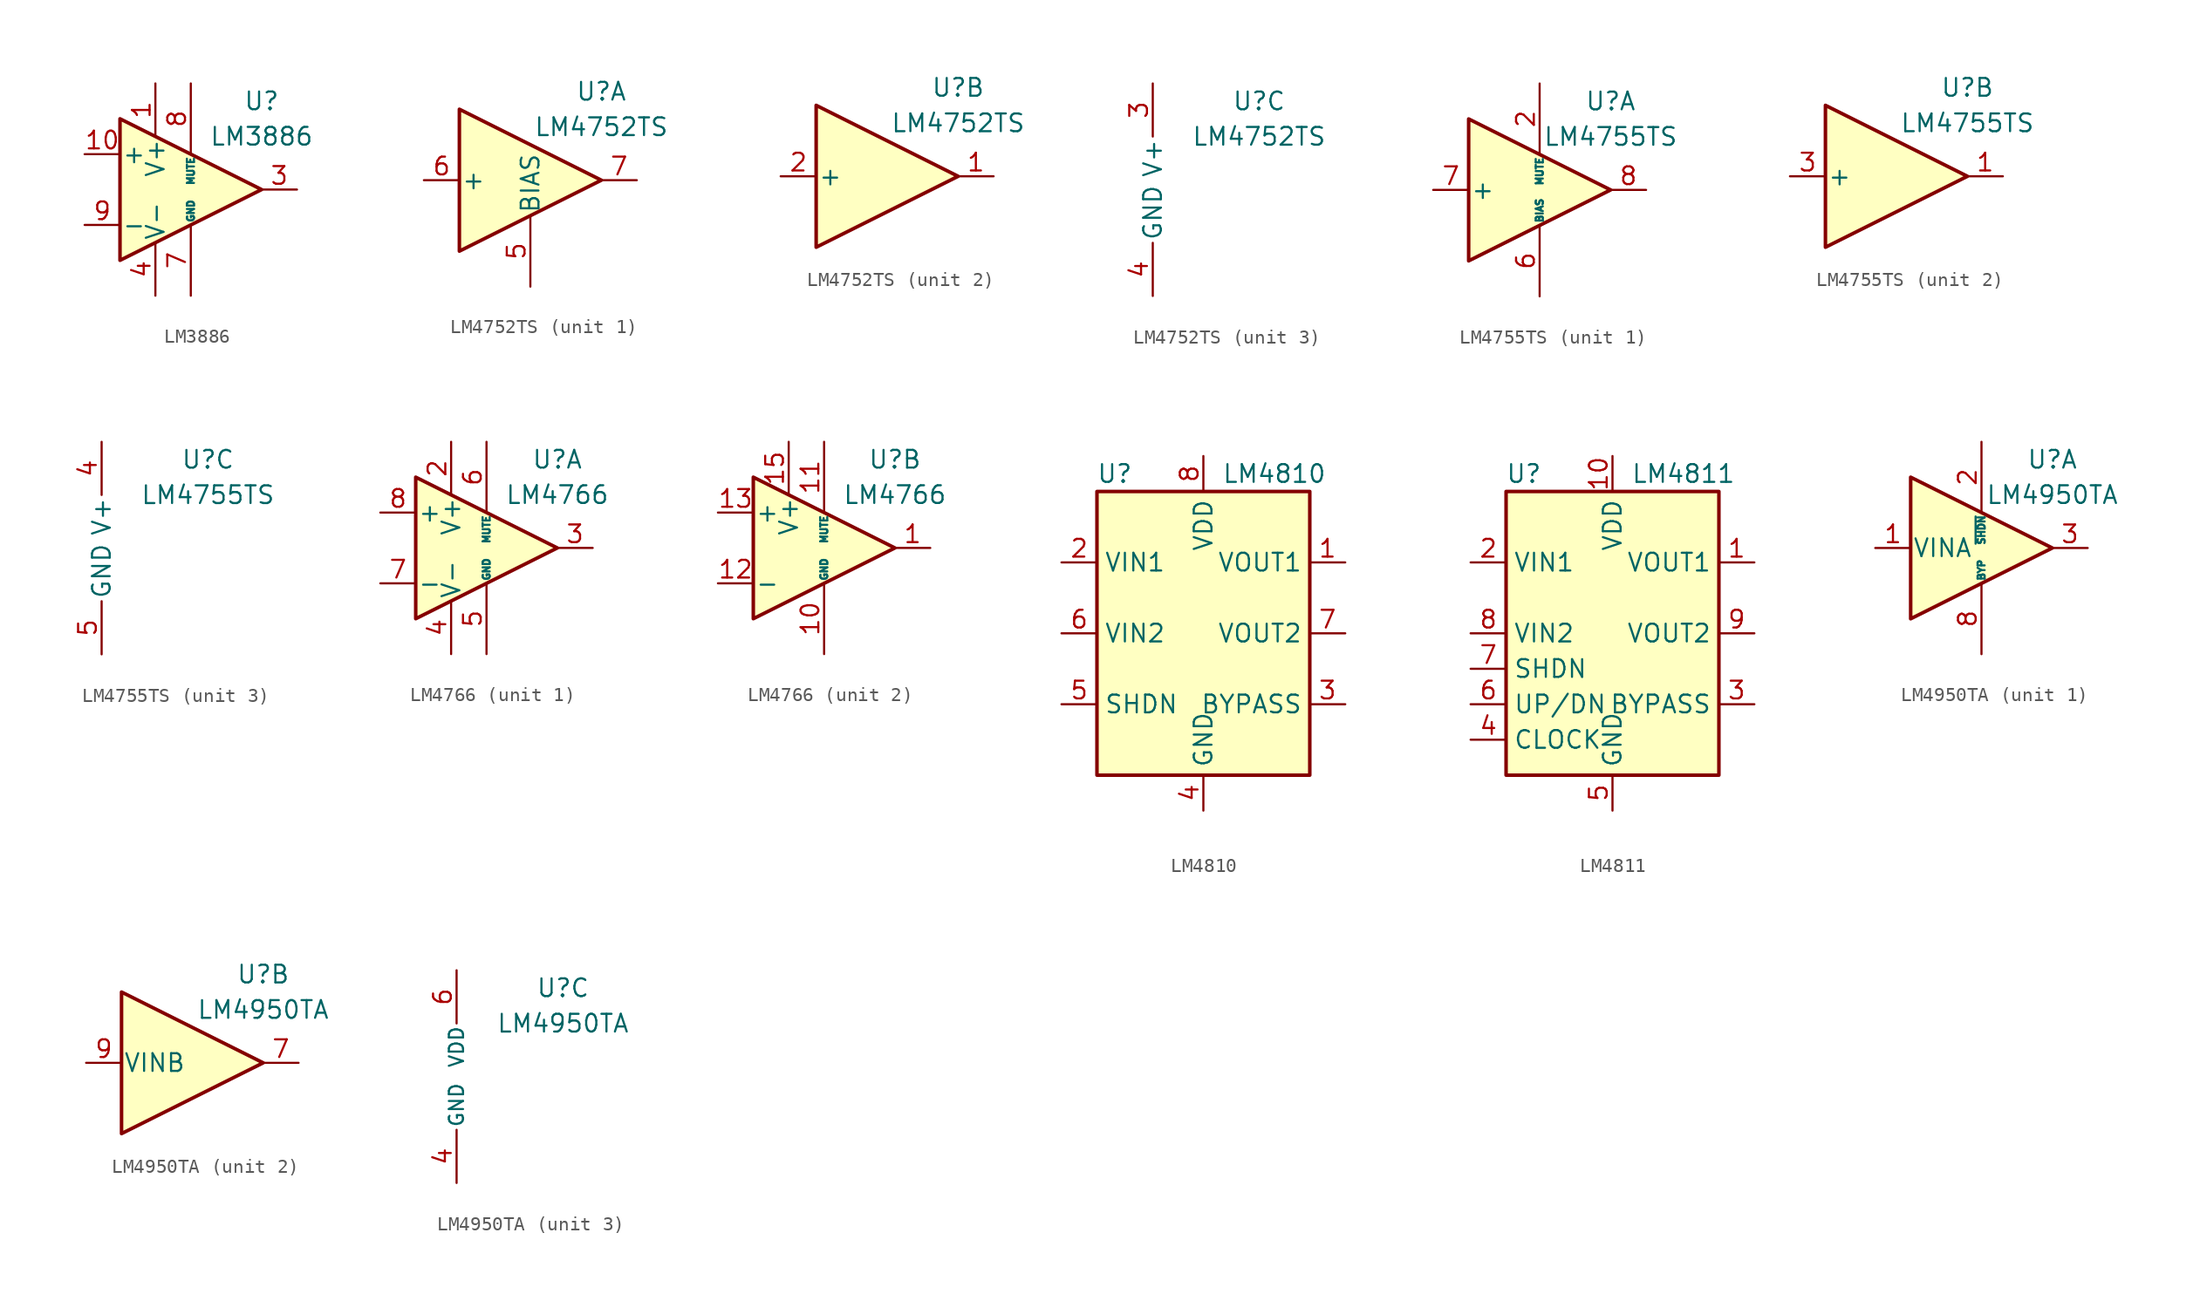
<source format=kicad_sym>
(kicad_symbol_lib
  (version 20200908)
  (generator kicad_symbol_editor)
  (symbol "Amplifier_Audio:LM3886"
    (pin_names
      (offset 0.127))
    (property "Reference" "U"
      (at 5.08 6.35 0)
      (effects (font (size 1.27 1.27))))
    (property "Value" "LM3886"
      (at 5.08 3.81 0)
      (effects (font (size 1.27 1.27))))
    (symbol "LM3886_0_1"
      (polyline (pts (xy -5.08 5.08) (xy 5.08 0) (xy -5.08 -5.08) (xy -5.08 5.08)) (stroke (width 0.254)) (fill (type background))))
    (symbol "LM3886_1_1"
      (pin power_in line (at -2.54 7.62 270) (length 3.81) (name "V+" (effects (font (size 1.27 1.27)))) (number "1" (effects (font (size 1.27 1.27)))))
      (pin input line (at -7.62 2.54 0) (length 2.54) (name "+" (effects (font (size 1.27 1.27)))) (number "10" (effects (font (size 1.27 1.27)))))
      (pin unconnected line (at 2.54 2.54 270) (length 2.54) hide (name "NC" (effects (font (size 1.27 1.27)))) (number "11" (effects (font (size 1.27 1.27)))))
      (pin unconnected line (at -2.54 2.54 270) (length 2.54) hide (name "NC" (effects (font (size 1.27 1.27)))) (number "2" (effects (font (size 1.27 1.27)))))
      (pin output line (at 7.62 0 180) (length 2.54) (name "~" (effects (font (size 1.27 1.27)))) (number "3" (effects (font (size 1.27 1.27)))))
      (pin power_in line (at -2.54 -7.62 90) (length 3.81) (name "V-" (effects (font (size 1.27 1.27)))) (number "4" (effects (font (size 1.27 1.27)))))
      (pin passive line (at -2.54 7.62 270) (length 3.81) hide (name "V+" (effects (font (size 1.27 1.27)))) (number "5" (effects (font (size 1.27 1.27)))))
      (pin unconnected line (at 0 2.54 270) (length 2.54) hide (name "NC" (effects (font (size 1.27 1.27)))) (number "6" (effects (font (size 1.27 1.27)))))
      (pin power_in line (at 0 -7.62 90) (length 5.08) (name "GND" (effects (font (size 0.508 0.508)))) (number "7" (effects (font (size 1.27 1.27)))))
      (pin input line (at 0 7.62 270) (length 5.08) (name "MUTE" (effects (font (size 0.508 0.508)))) (number "8" (effects (font (size 1.27 1.27)))))
      (pin input line (at -7.62 -2.54 0) (length 2.54) (name "-" (effects (font (size 1.27 1.27)))) (number "9" (effects (font (size 1.27 1.27)))))))
  (symbol "Amplifier_Audio:LM4752TS"
    (pin_names
      (offset 0.127))
    (property "Reference" "U"
      (at 5.08 6.35 0)
      (effects (font (size 1.27 1.27))))
    (property "Value" "LM4752TS"
      (at 5.08 3.81 0)
      (effects (font (size 1.27 1.27))))
    (property "ki_locked" ""
      (at 0 0 0)
      (effects (font (size 1.27 1.27))))
    (symbol "LM4752TS_1_1"
      (polyline (pts (xy -5.08 5.08) (xy 5.08 0) (xy -5.08 -5.08) (xy -5.08 5.08)) (stroke (width 0.254)) (fill (type background)))
      (pin input line (at 0 -7.62 90) (length 5.08) (name "BIAS" (effects (font (size 1.27 1.27)))) (number "5" (effects (font (size 1.27 1.27)))))
      (pin input line (at -7.62 0 0) (length 2.54) (name "+" (effects (font (size 1.27 1.27)))) (number "6" (effects (font (size 1.27 1.27)))))
      (pin output line (at 7.62 0 180) (length 2.54) (name "~" (effects (font (size 1.27 1.27)))) (number "7" (effects (font (size 1.27 1.27))))))
    (symbol "LM4752TS_2_1"
      (polyline (pts (xy -5.08 5.08) (xy 5.08 0) (xy -5.08 -5.08) (xy -5.08 5.08)) (stroke (width 0.254)) (fill (type background)))
      (pin output line (at 7.62 0 180) (length 2.54) (name "~" (effects (font (size 1.27 1.27)))) (number "1" (effects (font (size 1.27 1.27)))))
      (pin input line (at -7.62 0 0) (length 2.54) (name "+" (effects (font (size 1.27 1.27)))) (number "2" (effects (font (size 1.27 1.27))))))
    (symbol "LM4752TS_3_1"
      (pin power_in line (at -2.54 7.62 270) (length 3.81) (name "V+" (effects (font (size 1.27 1.27)))) (number "3" (effects (font (size 1.27 1.27)))))
      (pin power_in line (at -2.54 -7.62 90) (length 3.81) (name "GND" (effects (font (size 1.27 1.27)))) (number "4" (effects (font (size 1.27 1.27)))))))
  (symbol "Amplifier_Audio:LM4755TS"
    (pin_names
      (offset 0.127))
    (property "Reference" "U"
      (at 5.08 6.35 0)
      (effects (font (size 1.27 1.27))))
    (property "Value" "LM4755TS"
      (at 5.08 3.81 0)
      (effects (font (size 1.27 1.27))))
    (property "ki_locked" ""
      (at 0 0 0)
      (effects (font (size 1.27 1.27))))
    (symbol "LM4755TS_1_1"
      (polyline (pts (xy -5.08 5.08) (xy 5.08 0) (xy -5.08 -5.08) (xy -5.08 5.08)) (stroke (width 0.254)) (fill (type background)))
      (pin input line (at 0 7.62 270) (length 5.08) (name "MUTE" (effects (font (size 0.508 0.508)))) (number "2" (effects (font (size 1.27 1.27)))))
      (pin input line (at 0 -7.62 90) (length 5.08) (name "BIAS" (effects (font (size 0.508 0.508)))) (number "6" (effects (font (size 1.27 1.27)))))
      (pin input line (at -7.62 0 0) (length 2.54) (name "+" (effects (font (size 1.27 1.27)))) (number "7" (effects (font (size 1.27 1.27)))))
      (pin output line (at 7.62 0 180) (length 2.54) (name "~" (effects (font (size 1.27 1.27)))) (number "8" (effects (font (size 1.27 1.27)))))
      (pin unconnected line (at 0 2.54 270) (length 2.54) hide (name "NC" (effects (font (size 1.27 1.27)))) (number "9" (effects (font (size 1.27 1.27))))))
    (symbol "LM4755TS_2_1"
      (polyline (pts (xy -5.08 5.08) (xy 5.08 0) (xy -5.08 -5.08) (xy -5.08 5.08)) (stroke (width 0.254)) (fill (type background)))
      (pin output line (at 7.62 0 180) (length 2.54) (name "~" (effects (font (size 1.27 1.27)))) (number "1" (effects (font (size 1.27 1.27)))))
      (pin input line (at -7.62 0 0) (length 2.54) (name "+" (effects (font (size 1.27 1.27)))) (number "3" (effects (font (size 1.27 1.27))))))
    (symbol "LM4755TS_3_1"
      (pin power_in line (at -2.54 7.62 270) (length 3.81) (name "V+" (effects (font (size 1.27 1.27)))) (number "4" (effects (font (size 1.27 1.27)))))
      (pin power_in line (at -2.54 -7.62 90) (length 3.81) (name "GND" (effects (font (size 1.27 1.27)))) (number "5" (effects (font (size 1.27 1.27)))))))
  (symbol "Amplifier_Audio:LM4766"
    (pin_names
      (offset 0.127))
    (property "Reference" "U"
      (at 5.08 6.35 0)
      (effects (font (size 1.27 1.27))))
    (property "Value" "LM4766"
      (at 5.08 3.81 0)
      (effects (font (size 1.27 1.27))))
    (property "ki_locked" ""
      (at 0 0 0)
      (effects (font (size 1.27 1.27))))
    (symbol "LM4766_0_1"
      (polyline (pts (xy -5.08 5.08) (xy 5.08 0) (xy -5.08 -5.08) (xy -5.08 5.08)) (stroke (width 0.254)) (fill (type background))))
    (symbol "LM4766_1_1"
      (pin power_in line (at -2.54 7.62 270) (length 3.81) (name "V+" (effects (font (size 1.27 1.27)))) (number "2" (effects (font (size 1.27 1.27)))))
      (pin output line (at 7.62 0 180) (length 2.54) (name "~" (effects (font (size 1.27 1.27)))) (number "3" (effects (font (size 1.27 1.27)))))
      (pin power_in line (at -2.54 -7.62 90) (length 3.81) (name "V-" (effects (font (size 1.27 1.27)))) (number "4" (effects (font (size 1.27 1.27)))))
      (pin power_in line (at 0 -7.62 90) (length 5.08) (name "GND" (effects (font (size 0.508 0.508)))) (number "5" (effects (font (size 1.27 1.27)))))
      (pin input line (at 0 7.62 270) (length 5.08) (name "MUTE" (effects (font (size 0.508 0.508)))) (number "6" (effects (font (size 1.27 1.27)))))
      (pin input line (at -7.62 -2.54 0) (length 2.54) (name "-" (effects (font (size 1.27 1.27)))) (number "7" (effects (font (size 1.27 1.27)))))
      (pin input line (at -7.62 2.54 0) (length 2.54) (name "+" (effects (font (size 1.27 1.27)))) (number "8" (effects (font (size 1.27 1.27)))))
      (pin unconnected line (at 0 2.54 270) (length 2.54) hide (name "NC" (effects (font (size 1.27 1.27)))) (number "9" (effects (font (size 1.27 1.27))))))
    (symbol "LM4766_2_1"
      (pin output line (at 7.62 0 180) (length 2.54) (name "~" (effects (font (size 1.27 1.27)))) (number "1" (effects (font (size 1.27 1.27)))))
      (pin power_in line (at 0 -7.62 90) (length 5.08) (name "GND" (effects (font (size 0.508 0.508)))) (number "10" (effects (font (size 1.27 1.27)))))
      (pin input line (at 0 7.62 270) (length 5.08) (name "MUTE" (effects (font (size 0.508 0.508)))) (number "11" (effects (font (size 1.27 1.27)))))
      (pin input line (at -7.62 -2.54 0) (length 2.54) (name "-" (effects (font (size 1.27 1.27)))) (number "12" (effects (font (size 1.27 1.27)))))
      (pin input line (at -7.62 2.54 0) (length 2.54) (name "+" (effects (font (size 1.27 1.27)))) (number "13" (effects (font (size 1.27 1.27)))))
      (pin unconnected line (at 0 2.54 270) (length 2.54) hide (name "NC" (effects (font (size 1.27 1.27)))) (number "14" (effects (font (size 1.27 1.27)))))
      (pin power_in line (at -2.54 7.62 270) (length 3.81) (name "V+" (effects (font (size 1.27 1.27)))) (number "15" (effects (font (size 1.27 1.27)))))))
  (symbol "Amplifier_Audio:LM4810"
    (property "Reference" "U"
      (at -6.35 11.43 0)
      (effects (font (size 1.27 1.27))))
    (property "Value" "LM4810"
      (at 5.08 11.43 0)
      (effects (font (size 1.27 1.27))))
    (symbol "LM4810_0_1"
      (rectangle (start -7.62 10.16) (end 7.62 -10.16) (stroke (width 0.254)) (fill (type background))))
    (symbol "LM4810_1_1"
      (pin output line (at 10.16 5.08 180) (length 2.54) (name "VOUT1" (effects (font (size 1.27 1.27)))) (number "1" (effects (font (size 1.27 1.27)))))
      (pin input line (at -10.16 5.08 0) (length 2.54) (name "VIN1" (effects (font (size 1.27 1.27)))) (number "2" (effects (font (size 1.27 1.27)))))
      (pin passive line (at 10.16 -5.08 180) (length 2.54) (name "BYPASS" (effects (font (size 1.27 1.27)))) (number "3" (effects (font (size 1.27 1.27)))))
      (pin power_in line (at 0 -12.7 90) (length 2.54) (name "GND" (effects (font (size 1.27 1.27)))) (number "4" (effects (font (size 1.27 1.27)))))
      (pin input line (at -10.16 -5.08 0) (length 2.54) (name "SHDN" (effects (font (size 1.27 1.27)))) (number "5" (effects (font (size 1.27 1.27)))))
      (pin input line (at -10.16 0 0) (length 2.54) (name "VIN2" (effects (font (size 1.27 1.27)))) (number "6" (effects (font (size 1.27 1.27)))))
      (pin output line (at 10.16 0 180) (length 2.54) (name "VOUT2" (effects (font (size 1.27 1.27)))) (number "7" (effects (font (size 1.27 1.27)))))
      (pin power_in line (at 0 12.7 270) (length 2.54) (name "VDD" (effects (font (size 1.27 1.27)))) (number "8" (effects (font (size 1.27 1.27)))))))
  (symbol "Amplifier_Audio:LM4811"
    (property "Reference" "U"
      (at -6.35 11.43 0)
      (effects (font (size 1.27 1.27))))
    (property "Value" "LM4811"
      (at 5.08 11.43 0)
      (effects (font (size 1.27 1.27))))
    (symbol "LM4811_0_1"
      (rectangle (start -7.62 10.16) (end 7.62 -10.16) (stroke (width 0.254)) (fill (type background))))
    (symbol "LM4811_1_1"
      (pin output line (at 10.16 5.08 180) (length 2.54) (name "VOUT1" (effects (font (size 1.27 1.27)))) (number "1" (effects (font (size 1.27 1.27)))))
      (pin power_in line (at 0 12.7 270) (length 2.54) (name "VDD" (effects (font (size 1.27 1.27)))) (number "10" (effects (font (size 1.27 1.27)))))
      (pin input line (at -10.16 5.08 0) (length 2.54) (name "VIN1" (effects (font (size 1.27 1.27)))) (number "2" (effects (font (size 1.27 1.27)))))
      (pin passive line (at 10.16 -5.08 180) (length 2.54) (name "BYPASS" (effects (font (size 1.27 1.27)))) (number "3" (effects (font (size 1.27 1.27)))))
      (pin input line (at -10.16 -7.62 0) (length 2.54) (name "CLOCK" (effects (font (size 1.27 1.27)))) (number "4" (effects (font (size 1.27 1.27)))))
      (pin power_in line (at 0 -12.7 90) (length 2.54) (name "GND" (effects (font (size 1.27 1.27)))) (number "5" (effects (font (size 1.27 1.27)))))
      (pin input line (at -10.16 -5.08 0) (length 2.54) (name "UP/DN" (effects (font (size 1.27 1.27)))) (number "6" (effects (font (size 1.27 1.27)))))
      (pin input line (at -10.16 -2.54 0) (length 2.54) (name "SHDN" (effects (font (size 1.27 1.27)))) (number "7" (effects (font (size 1.27 1.27)))))
      (pin input line (at -10.16 0 0) (length 2.54) (name "VIN2" (effects (font (size 1.27 1.27)))) (number "8" (effects (font (size 1.27 1.27)))))
      (pin output line (at 10.16 0 180) (length 2.54) (name "VOUT2" (effects (font (size 1.27 1.27)))) (number "9" (effects (font (size 1.27 1.27)))))))
  (symbol "Amplifier_Audio:LM4950TA"
    (pin_names
      (offset 0.127))
    (property "Reference" "U"
      (at 5.08 6.35 0)
      (effects (font (size 1.27 1.27))))
    (property "Value" "LM4950TA"
      (at 5.08 3.81 0)
      (effects (font (size 1.27 1.27))))
    (property "ki_locked" ""
      (at 0 0 0)
      (effects (font (size 1.27 1.27))))
    (symbol "LM4950TA_1_1"
      (polyline (pts (xy -5.08 5.08) (xy 5.08 0) (xy -5.08 -5.08) (xy -5.08 5.08)) (stroke (width 0.254)) (fill (type background)))
      (pin input line (at -7.62 0 0) (length 2.54) (name "VINA" (effects (font (size 1.27 1.27)))) (number "1" (effects (font (size 1.27 1.27)))))
      (pin input line (at 0 7.62 270) (length 5.08) (name "~SHDN" (effects (font (size 0.508 0.508)))) (number "2" (effects (font (size 1.27 1.27)))))
      (pin output line (at 7.62 0 180) (length 2.54) (name "~" (effects (font (size 1.27 1.27)))) (number "3" (effects (font (size 1.27 1.27)))))
      (pin passive line (at 0 -7.62 90) (length 5.08) (name "BYP" (effects (font (size 0.508 0.508)))) (number "8" (effects (font (size 1.27 1.27))))))
    (symbol "LM4950TA_2_1"
      (polyline (pts (xy -5.08 5.08) (xy 5.08 0) (xy -5.08 -5.08) (xy -5.08 5.08)) (stroke (width 0.254)) (fill (type background)))
      (pin output line (at 7.62 0 180) (length 2.54) (name "~" (effects (font (size 1.27 1.27)))) (number "7" (effects (font (size 1.27 1.27)))))
      (pin input line (at -7.62 0 0) (length 2.54) (name "VINB" (effects (font (size 1.27 1.27)))) (number "9" (effects (font (size 1.27 1.27))))))
    (symbol "LM4950TA_3_1"
      (pin power_in line (at -2.54 -7.62 90) (length 3.81) (name "GND" (effects (font (size 1.016 1.016)))) (number "4" (effects (font (size 1.27 1.27)))))
      (pin passive line (at -2.54 -7.62 90) (length 3.81) hide (name "GND" (effects (font (size 1.016 1.016)))) (number "5" (effects (font (size 1.27 1.27)))))
      (pin power_in line (at -2.54 7.62 270) (length 3.81) (name "VDD" (effects (font (size 1.016 1.016)))) (number "6" (effects (font (size 1.27 1.27))))))))
</source>
